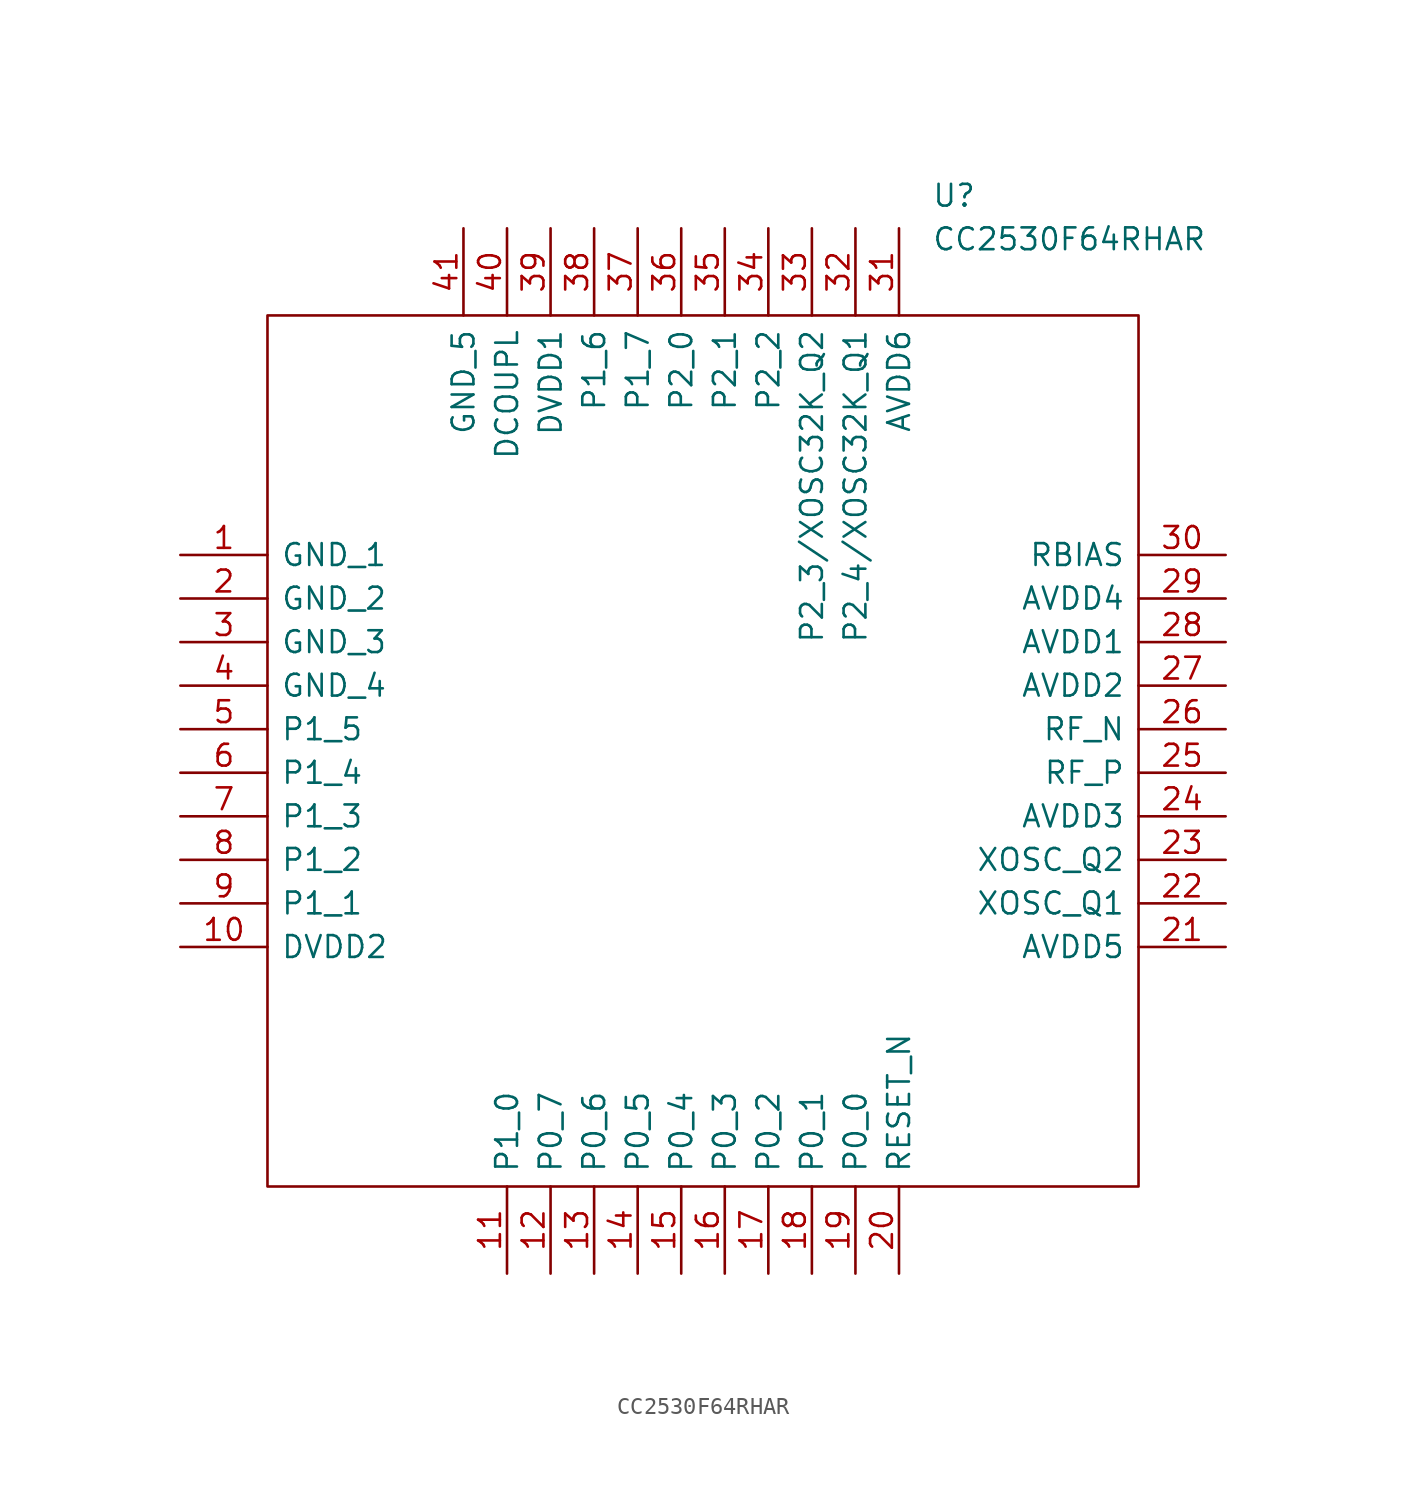
<source format=kicad_sym>
(kicad_symbol_lib
  (version 20211014)
  (generator kicad_symbol_editor)
  (symbol "CC2530F64RHAR"
    (pin_names
      (offset 0.762))
    (property "Reference" "U"
      (at 13.335 32.385 0)
      (effects (font (size 1.27 1.27)) (justify left)))
    (property "Value" "CC2530F64RHAR"
      (at 13.335 29.845 0)
      (effects (font (size 1.27 1.27)) (justify left)))
    (symbol "CC2530F64RHAR_0_0"
      (pin passive line (at -30.48 11.43 0) (length 5.08) (name "GND_1" (effects (font (size 1.27 1.27)))) (number "1" (effects (font (size 1.27 1.27)))))
      (pin passive line (at -30.48 -11.43 0) (length 5.08) (name "DVDD2" (effects (font (size 1.27 1.27)))) (number "10" (effects (font (size 1.27 1.27)))))
      (pin passive line (at -11.43 -30.48 90) (length 5.08) (name "P1_0" (effects (font (size 1.27 1.27)))) (number "11" (effects (font (size 1.27 1.27)))))
      (pin passive line (at -8.89 -30.48 90) (length 5.08) (name "P0_7" (effects (font (size 1.27 1.27)))) (number "12" (effects (font (size 1.27 1.27)))))
      (pin passive line (at -6.35 -30.48 90) (length 5.08) (name "P0_6" (effects (font (size 1.27 1.27)))) (number "13" (effects (font (size 1.27 1.27)))))
      (pin passive line (at -3.81 -30.48 90) (length 5.08) (name "P0_5" (effects (font (size 1.27 1.27)))) (number "14" (effects (font (size 1.27 1.27)))))
      (pin passive line (at -1.27 -30.48 90) (length 5.08) (name "P0_4" (effects (font (size 1.27 1.27)))) (number "15" (effects (font (size 1.27 1.27)))))
      (pin passive line (at 1.27 -30.48 90) (length 5.08) (name "P0_3" (effects (font (size 1.27 1.27)))) (number "16" (effects (font (size 1.27 1.27)))))
      (pin passive line (at 3.81 -30.48 90) (length 5.08) (name "P0_2" (effects (font (size 1.27 1.27)))) (number "17" (effects (font (size 1.27 1.27)))))
      (pin passive line (at 6.35 -30.48 90) (length 5.08) (name "P0_1" (effects (font (size 1.27 1.27)))) (number "18" (effects (font (size 1.27 1.27)))))
      (pin passive line (at 8.89 -30.48 90) (length 5.08) (name "P0_0" (effects (font (size 1.27 1.27)))) (number "19" (effects (font (size 1.27 1.27)))))
      (pin passive line (at -30.48 8.89 0) (length 5.08) (name "GND_2" (effects (font (size 1.27 1.27)))) (number "2" (effects (font (size 1.27 1.27)))))
      (pin passive line (at 11.43 -30.48 90) (length 5.08) (name "RESET_N" (effects (font (size 1.27 1.27)))) (number "20" (effects (font (size 1.27 1.27)))))
      (pin passive line (at 30.48 -11.43 180) (length 5.08) (name "AVDD5" (effects (font (size 1.27 1.27)))) (number "21" (effects (font (size 1.27 1.27)))))
      (pin passive line (at 30.48 -8.89 180) (length 5.08) (name "XOSC_Q1" (effects (font (size 1.27 1.27)))) (number "22" (effects (font (size 1.27 1.27)))))
      (pin passive line (at 30.48 -6.35 180) (length 5.08) (name "XOSC_Q2" (effects (font (size 1.27 1.27)))) (number "23" (effects (font (size 1.27 1.27)))))
      (pin passive line (at 30.48 -3.81 180) (length 5.08) (name "AVDD3" (effects (font (size 1.27 1.27)))) (number "24" (effects (font (size 1.27 1.27)))))
      (pin passive line (at 30.48 -1.27 180) (length 5.08) (name "RF_P" (effects (font (size 1.27 1.27)))) (number "25" (effects (font (size 1.27 1.27)))))
      (pin passive line (at 30.48 1.27 180) (length 5.08) (name "RF_N" (effects (font (size 1.27 1.27)))) (number "26" (effects (font (size 1.27 1.27)))))
      (pin passive line (at 30.48 3.81 180) (length 5.08) (name "AVDD2" (effects (font (size 1.27 1.27)))) (number "27" (effects (font (size 1.27 1.27)))))
      (pin passive line (at 30.48 6.35 180) (length 5.08) (name "AVDD1" (effects (font (size 1.27 1.27)))) (number "28" (effects (font (size 1.27 1.27)))))
      (pin passive line (at 30.48 8.89 180) (length 5.08) (name "AVDD4" (effects (font (size 1.27 1.27)))) (number "29" (effects (font (size 1.27 1.27)))))
      (pin passive line (at -30.48 6.35 0) (length 5.08) (name "GND_3" (effects (font (size 1.27 1.27)))) (number "3" (effects (font (size 1.27 1.27)))))
      (pin passive line (at 30.48 11.43 180) (length 5.08) (name "RBIAS" (effects (font (size 1.27 1.27)))) (number "30" (effects (font (size 1.27 1.27)))))
      (pin passive line (at 11.43 30.48 270) (length 5.08) (name "AVDD6" (effects (font (size 1.27 1.27)))) (number "31" (effects (font (size 1.27 1.27)))))
      (pin passive line (at 8.89 30.48 270) (length 5.08) (name "P2_4/XOSC32K_Q1" (effects (font (size 1.27 1.27)))) (number "32" (effects (font (size 1.27 1.27)))))
      (pin passive line (at 6.35 30.48 270) (length 5.08) (name "P2_3/XOSC32K_Q2" (effects (font (size 1.27 1.27)))) (number "33" (effects (font (size 1.27 1.27)))))
      (pin passive line (at 3.81 30.48 270) (length 5.08) (name "P2_2" (effects (font (size 1.27 1.27)))) (number "34" (effects (font (size 1.27 1.27)))))
      (pin passive line (at 1.27 30.48 270) (length 5.08) (name "P2_1" (effects (font (size 1.27 1.27)))) (number "35" (effects (font (size 1.27 1.27)))))
      (pin passive line (at -1.27 30.48 270) (length 5.08) (name "P2_0" (effects (font (size 1.27 1.27)))) (number "36" (effects (font (size 1.27 1.27)))))
      (pin passive line (at -3.81 30.48 270) (length 5.08) (name "P1_7" (effects (font (size 1.27 1.27)))) (number "37" (effects (font (size 1.27 1.27)))))
      (pin passive line (at -6.35 30.48 270) (length 5.08) (name "P1_6" (effects (font (size 1.27 1.27)))) (number "38" (effects (font (size 1.27 1.27)))))
      (pin passive line (at -8.89 30.48 270) (length 5.08) (name "DVDD1" (effects (font (size 1.27 1.27)))) (number "39" (effects (font (size 1.27 1.27)))))
      (pin passive line (at -30.48 3.81 0) (length 5.08) (name "GND_4" (effects (font (size 1.27 1.27)))) (number "4" (effects (font (size 1.27 1.27)))))
      (pin passive line (at -11.43 30.48 270) (length 5.08) (name "DCOUPL" (effects (font (size 1.27 1.27)))) (number "40" (effects (font (size 1.27 1.27)))))
      (pin passive line (at -13.97 30.48 270) (length 5.08) (name "GND_5" (effects (font (size 1.27 1.27)))) (number "41" (effects (font (size 1.27 1.27)))))
      (pin passive line (at -30.48 1.27 0) (length 5.08) (name "P1_5" (effects (font (size 1.27 1.27)))) (number "5" (effects (font (size 1.27 1.27)))))
      (pin passive line (at -30.48 -1.27 0) (length 5.08) (name "P1_4" (effects (font (size 1.27 1.27)))) (number "6" (effects (font (size 1.27 1.27)))))
      (pin passive line (at -30.48 -3.81 0) (length 5.08) (name "P1_3" (effects (font (size 1.27 1.27)))) (number "7" (effects (font (size 1.27 1.27)))))
      (pin passive line (at -30.48 -6.35 0) (length 5.08) (name "P1_2" (effects (font (size 1.27 1.27)))) (number "8" (effects (font (size 1.27 1.27)))))
      (pin passive line (at -30.48 -8.89 0) (length 5.08) (name "P1_1" (effects (font (size 1.27 1.27)))) (number "9" (effects (font (size 1.27 1.27))))))
    (symbol "CC2530F64RHAR_0_1"
      (rectangle (start -25.4 25.4) (end 25.4 -25.4) (stroke (width 0) (type default) (color 0 0 0 0)) (fill (type none))))))
</source>
